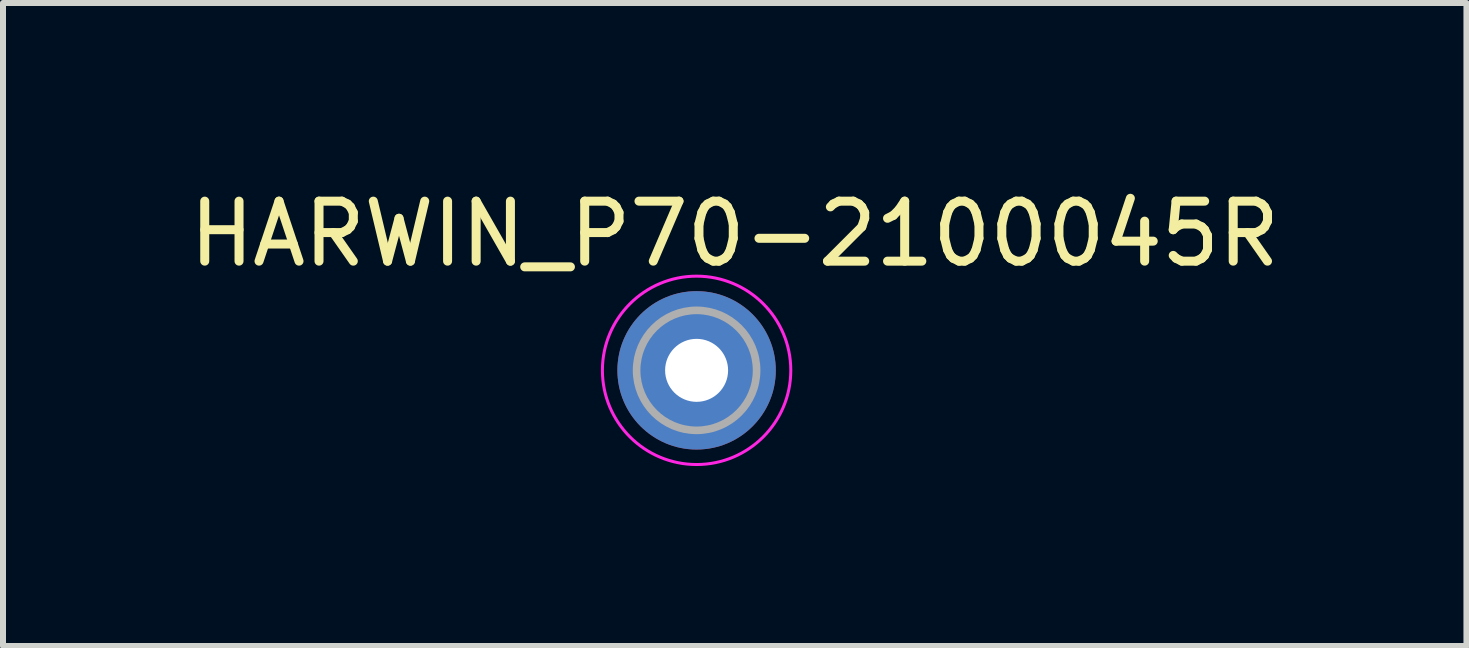
<source format=kicad_pcb>
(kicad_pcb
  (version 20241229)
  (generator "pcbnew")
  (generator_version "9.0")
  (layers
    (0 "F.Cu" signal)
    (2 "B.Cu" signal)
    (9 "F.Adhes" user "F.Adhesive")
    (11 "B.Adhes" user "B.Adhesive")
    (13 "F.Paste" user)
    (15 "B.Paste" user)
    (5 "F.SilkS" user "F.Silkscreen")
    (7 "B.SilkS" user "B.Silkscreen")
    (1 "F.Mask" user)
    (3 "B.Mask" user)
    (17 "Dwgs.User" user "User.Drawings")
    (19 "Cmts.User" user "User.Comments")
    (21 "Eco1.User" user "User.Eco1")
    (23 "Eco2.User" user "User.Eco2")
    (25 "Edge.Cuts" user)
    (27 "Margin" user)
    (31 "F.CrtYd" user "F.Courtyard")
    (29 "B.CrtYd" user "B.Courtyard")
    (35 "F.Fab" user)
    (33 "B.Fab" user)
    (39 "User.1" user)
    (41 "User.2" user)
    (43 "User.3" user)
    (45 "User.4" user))
  (footprint "HARWIN_P70-2100045R"
    (layer "F.Cu")
    (at 8.561 3.123)
    (property "Reference" "HARWIN_P70-2100045R" (at 0.635 -2.275 0) (layer "F.SilkS") (effects (font (size 1 1) (thickness 0.15))))
    (attr through_hole)
    (fp_circle (center 0 0) (end 1.57 0) (stroke (width 0.05) (type solid)) (fill no) (layer "F.CrtYd"))
    (fp_circle (center 0 0) (end 1 0) (stroke (width 0.127) (type solid)) (fill no) (layer "F.Fab"))
    (pad "1" thru_hole circle (at 0 0) (size 2.64 2.64) (drill 1.05) (layers "*.Cu" "*.Mask")))
  (gr_rect
    (start -3 -3)
    (end 21.393 7.718)
    (stroke (width 0.1) (type default))
    (fill no)
    (layer "Edge.Cuts")))
</source>
